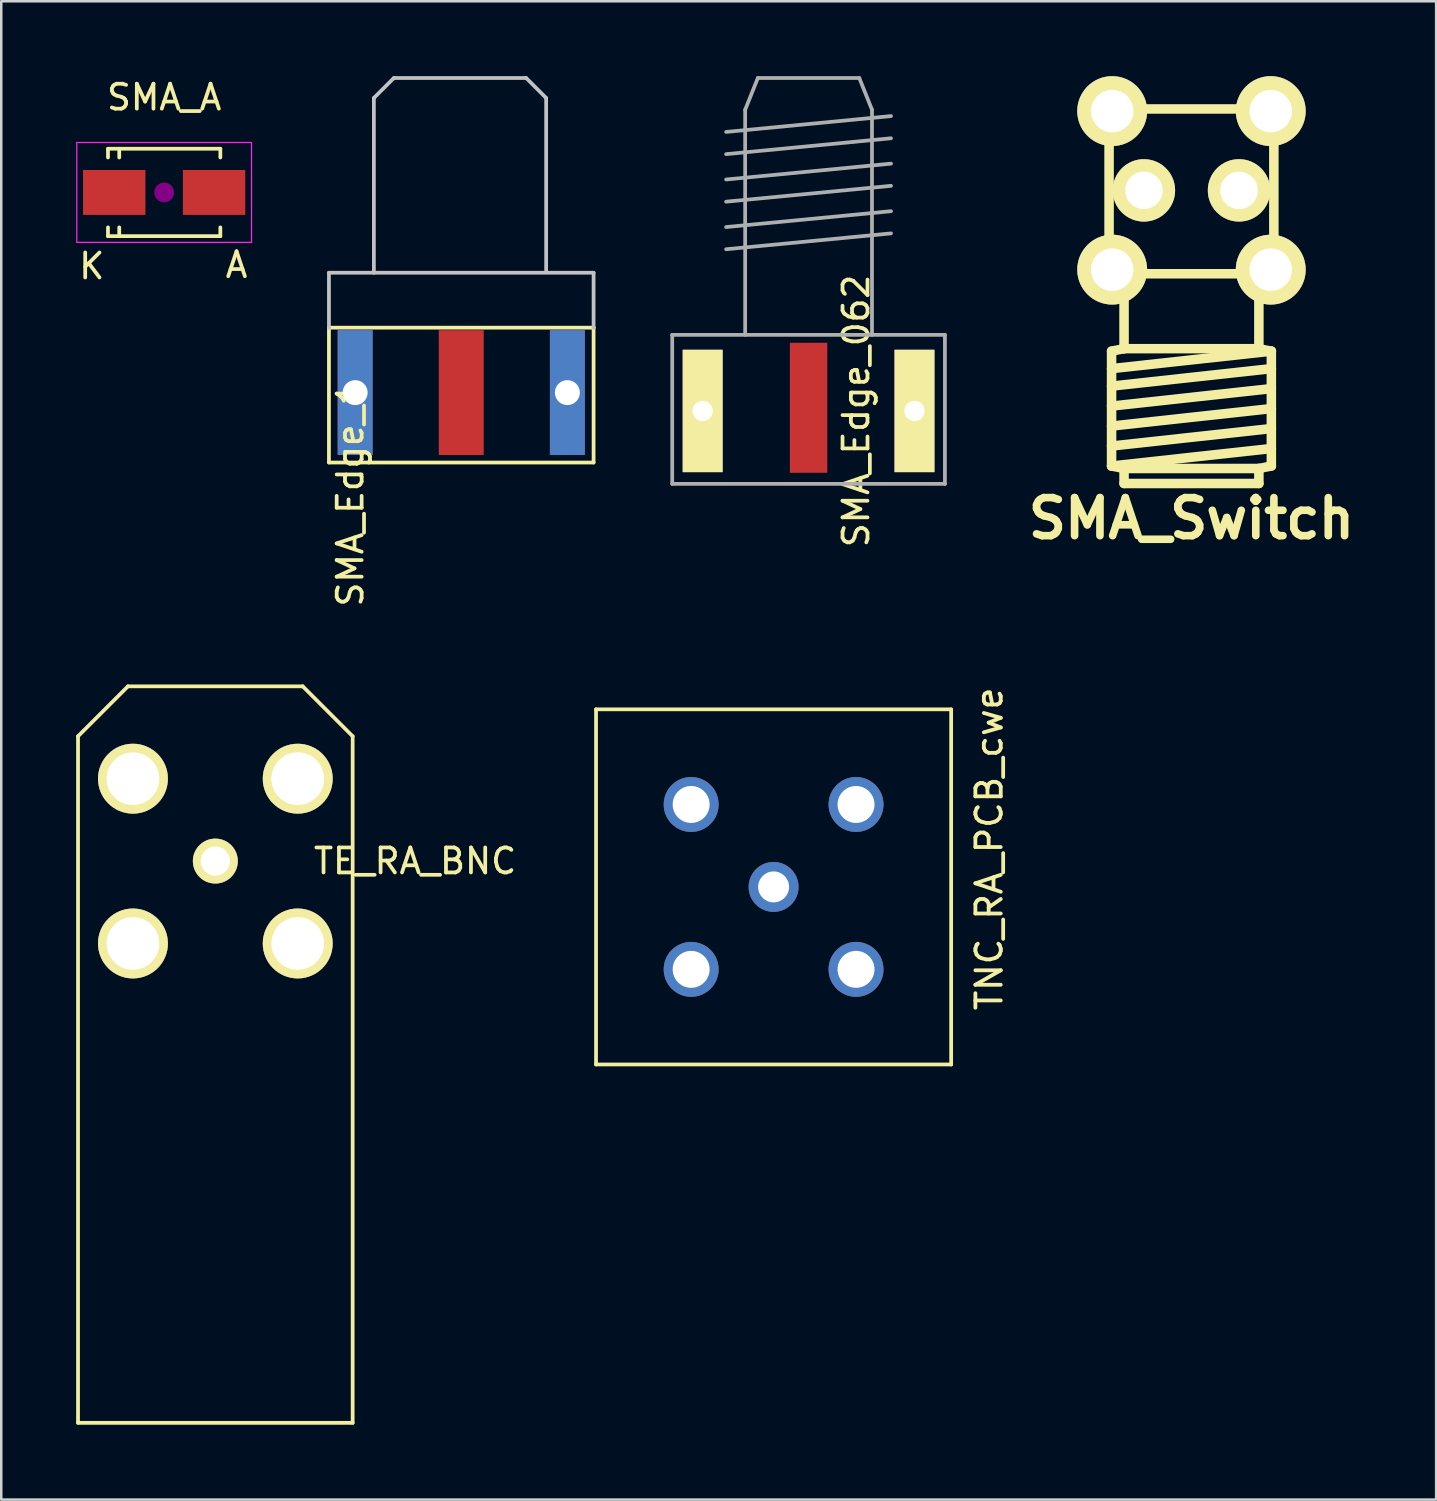
<source format=kicad_pcb>
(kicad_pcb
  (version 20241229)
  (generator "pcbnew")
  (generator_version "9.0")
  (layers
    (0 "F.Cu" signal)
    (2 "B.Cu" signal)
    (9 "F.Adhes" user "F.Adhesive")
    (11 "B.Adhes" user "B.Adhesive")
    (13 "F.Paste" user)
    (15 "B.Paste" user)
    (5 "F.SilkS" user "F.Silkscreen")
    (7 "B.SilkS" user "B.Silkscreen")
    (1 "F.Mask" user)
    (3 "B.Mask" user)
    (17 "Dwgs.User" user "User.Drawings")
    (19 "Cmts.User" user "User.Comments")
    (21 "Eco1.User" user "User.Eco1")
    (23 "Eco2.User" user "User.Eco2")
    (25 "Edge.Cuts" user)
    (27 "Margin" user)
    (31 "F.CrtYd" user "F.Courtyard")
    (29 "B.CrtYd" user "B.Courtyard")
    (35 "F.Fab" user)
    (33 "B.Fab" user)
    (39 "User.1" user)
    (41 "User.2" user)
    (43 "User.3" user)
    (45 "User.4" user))
  (footprint "SMA_A"
    (layer "F.Cu")
    (at 3.525 4.658)
    (property "Reference" "SMA_A" (at 0 -3.81 0) (layer "F.SilkS") (effects (font (size 1 1) (thickness 0.15))))
    (attr smd)
    (fp_line (start -2.25 -1.75) (end -2.25 -1.4) (stroke (width 0.15) (type solid)) (layer "F.SilkS"))
    (fp_line (start -2.25 -1.75) (end 2.25 -1.75) (stroke (width 0.15) (type solid)) (layer "F.SilkS"))
    (fp_line (start -2.25 1.75) (end -2.25 1.4) (stroke (width 0.15) (type solid)) (layer "F.SilkS"))
    (fp_line (start -2.25 1.75) (end 2.25 1.75) (stroke (width 0.15) (type solid)) (layer "F.SilkS"))
    (fp_line (start -1.799 -1.75) (end -1.799 -1.4) (stroke (width 0.15) (type solid)) (layer "F.SilkS"))
    (fp_line (start -1.799 1.75) (end -1.799 1.4) (stroke (width 0.15) (type solid)) (layer "F.SilkS"))
    (fp_line (start 2.25 -1.75) (end 2.25 -1.4) (stroke (width 0.15) (type solid)) (layer "F.SilkS"))
    (fp_line (start 2.25 1.75) (end 2.25 1.4) (stroke (width 0.15) (type solid)) (layer "F.SilkS"))
    (fp_circle (center 0 0) (end 0.201 -0.051) (stroke (width 0.381) (type solid)) (fill no) (layer "F.Adhes"))
    (fp_line (start -3.5 -2) (end 3.5 -2) (stroke (width 0.05) (type solid)) (layer "F.CrtYd"))
    (fp_line (start -3.5 2) (end -3.5 -2) (stroke (width 0.05) (type solid)) (layer "F.CrtYd"))
    (fp_line (start 3.5 -2) (end 3.5 2) (stroke (width 0.05) (type solid)) (layer "F.CrtYd"))
    (fp_line (start 3.5 2) (end -3.5 2) (stroke (width 0.05) (type solid)) (layer "F.CrtYd"))
    (fp_text user "K" (at -2.9 2.95 0) (layer "F.SilkS") (effects (font (size 1 1) (thickness 0.15))))
    (fp_text user "A" (at 2.9 2.9 0) (layer "F.SilkS") (effects (font (size 1 1) (thickness 0.15))))
    (pad "1" smd rect (at -1.999 0) (size 2.499 1.801) (layers "F.Cu" "F.Mask" "F.Paste"))
    (pad "2" smd rect (at 1.999 0) (size 2.499 1.801) (layers "F.Cu" "F.Mask" "F.Paste")))
  (footprint "SMA_Edge_062"
    (layer "F.Cu")
    (at 29.336 13.41)
    (property "Reference" "SMA_Edge_062" (at 1.905 0 90) (layer "F.SilkS") (effects (font (size 1 1) (thickness 0.15))))
    (attr through_hole)
    (fp_line (start -5.461 -3.048) (end 5.461 -3.048) (stroke (width 0.15) (type solid)) (layer "F.Fab"))
    (fp_line (start -5.461 2.921) (end -5.461 -3.048) (stroke (width 0.15) (type solid)) (layer "F.Fab"))
    (fp_line (start -2.54 -3.048) (end -2.54 -12.065) (stroke (width 0.15) (type solid)) (layer "F.Fab"))
    (fp_line (start -2.032 -13.335) (end -2.54 -12.065) (stroke (width 0.15) (type solid)) (layer "F.Fab"))
    (fp_line (start 2.032 -13.335) (end -2.032 -13.335) (stroke (width 0.15) (type solid)) (layer "F.Fab"))
    (fp_line (start 2.54 -12.065) (end 2.032 -13.335) (stroke (width 0.15) (type solid)) (layer "F.Fab"))
    (fp_line (start 2.54 -3.048) (end 2.54 -12.065) (stroke (width 0.15) (type solid)) (layer "F.Fab"))
    (fp_line (start 3.302 -11.811) (end -3.302 -11.176) (stroke (width 0.15) (type solid)) (layer "F.Fab"))
    (fp_line (start 3.302 -10.922) (end -3.302 -10.287) (stroke (width 0.15) (type solid)) (layer "F.Fab"))
    (fp_line (start 3.302 -9.906) (end -3.302 -9.271) (stroke (width 0.15) (type solid)) (layer "F.Fab"))
    (fp_line (start 3.302 -9.017) (end -3.302 -8.382) (stroke (width 0.15) (type solid)) (layer "F.Fab"))
    (fp_line (start 3.302 -8.001) (end -3.302 -7.366) (stroke (width 0.15) (type solid)) (layer "F.Fab"))
    (fp_line (start 3.302 -7.112) (end -3.302 -6.477) (stroke (width 0.15) (type solid)) (layer "F.Fab"))
    (fp_line (start 5.461 -3.048) (end 5.461 2.921) (stroke (width 0.15) (type solid)) (layer "F.Fab"))
    (fp_line (start 5.461 2.921) (end -5.461 2.921) (stroke (width 0.15) (type solid)) (layer "F.Fab"))
    (pad "1" smd rect (at 0 -0.127) (size 1.499 5.207) (layers "F.Cu" "F.Mask" "F.Paste"))
    (pad "2" thru_hole rect (at -4.242 0) (size 1.6 4.902) (drill 0.813) (layers "*.Cu" "*.Mask" "F.SilkS" "F.Paste"))
    (pad "2" thru_hole rect (at 4.242 0) (size 1.6 4.902) (drill 0.813) (layers "*.Cu" "*.Mask" "F.SilkS" "F.Paste")))
  (footprint "TE_RA_BNC"
    (layer "F.Cu")
    (at 5.575 31.439)
    (property "Reference" "TE_RA_BNC" (at 8 0 0) (layer "F.SilkS") (effects (font (size 1 1) (thickness 0.15))))
    (attr through_hole)
    (fp_line (start -5.5 -5) (end -5.5 22.5) (stroke (width 0.15) (type solid)) (layer "F.SilkS"))
    (fp_line (start -5.5 22.5) (end 5.5 22.5) (stroke (width 0.15) (type solid)) (layer "F.SilkS"))
    (fp_line (start -3.5 -7) (end -5.5 -5) (stroke (width 0.15) (type solid)) (layer "F.SilkS"))
    (fp_line (start 3.5 -7) (end -3.5 -7) (stroke (width 0.15) (type solid)) (layer "F.SilkS"))
    (fp_line (start 5.5 -5) (end 3.5 -7) (stroke (width 0.15) (type solid)) (layer "F.SilkS"))
    (fp_line (start 5.5 22.5) (end 5.5 -5) (stroke (width 0.15) (type solid)) (layer "F.SilkS"))
    (pad "1" thru_hole circle (at 0 0) (size 1.8 1.8) (drill 1.17) (layers "*.Cu" "*.Mask" "F.SilkS"))
    (pad "2" thru_hole circle (at 3.3 -3.3) (size 2.8 2.8) (drill 2.11) (layers "*.Cu" "*.Mask" "F.SilkS"))
    (pad "3" thru_hole circle (at 3.3 3.3) (size 2.8 2.8) (drill 2.11) (layers "*.Cu" "*.Mask" "F.SilkS"))
    (pad "4" thru_hole circle (at -3.3 3.3) (size 2.8 2.8) (drill 2.11) (layers "*.Cu" "*.Mask" "F.SilkS"))
    (pad "5" thru_hole circle (at -3.3 -3.3) (size 2.8 2.8) (drill 2.11) (layers "*.Cu" "*.Mask" "F.SilkS")))
  (footprint "SMA_Edge_1"
    (layer "F.Cu")
    (at 15.425 12.675)
    (property "Reference" "SMA_Edge_1" (at -4.445 4.064 90) (layer "F.SilkS") (effects (font (size 1 1) (thickness 0.15))))
    (attr through_hole)
    (fp_line (start -5.3 -2.6) (end -5.3 -2.6) (stroke (width 0.15) (type solid)) (layer "F.SilkS"))
    (fp_line (start -5.3 -2.6) (end 5.3 -2.6) (stroke (width 0.15) (type solid)) (layer "F.SilkS"))
    (fp_line (start -5.3 2.8) (end -5.3 -2.6) (stroke (width 0.15) (type solid)) (layer "F.SilkS"))
    (fp_line (start 5.3 -2.6) (end 5.3 -2.6) (stroke (width 0.15) (type solid)) (layer "F.SilkS"))
    (fp_line (start 5.3 -2.6) (end 5.3 2.8) (stroke (width 0.15) (type solid)) (layer "F.SilkS"))
    (fp_line (start 5.3 2.8) (end -5.3 2.8) (stroke (width 0.15) (type solid)) (layer "F.SilkS"))
    (fp_line (start -5.3 -4.8) (end 5.3 -4.8) (stroke (width 0.15) (type solid)) (layer "Dwgs.User"))
    (fp_line (start -5.3 -2.6) (end -5.3 -4.8) (stroke (width 0.15) (type solid)) (layer "Dwgs.User"))
    (fp_line (start -3.5 -11.8) (end -2.7 -12.6) (stroke (width 0.15) (type solid)) (layer "Dwgs.User"))
    (fp_line (start -3.5 -4.8) (end -3.5 -11.8) (stroke (width 0.15) (type solid)) (layer "Dwgs.User"))
    (fp_line (start -2.7 -12.6) (end 2.6 -12.6) (stroke (width 0.15) (type solid)) (layer "Dwgs.User"))
    (fp_line (start 2.6 -12.6) (end 3.4 -11.8) (stroke (width 0.15) (type solid)) (layer "Dwgs.User"))
    (fp_line (start 3.4 -11.8) (end 3.4 -4.9) (stroke (width 0.15) (type solid)) (layer "Dwgs.User"))
    (fp_line (start 5.3 -4.8) (end 5.3 -2.6) (stroke (width 0.15) (type solid)) (layer "Dwgs.User"))
    (pad "1" smd rect (at 0 0) (size 1.8 5) (layers "F.Cu" "F.Mask" "F.Paste"))
    (pad "2" thru_hole rect (at -4.25 0) (size 1.4 5) (drill 1) (layers "*.Cu" "*.Mask"))
    (pad "3" thru_hole rect (at 4.25 0) (size 1.4 5) (drill 1) (layers "*.Cu" "*.Mask")))
  (footprint "TNC_RA_PCB_cwe"
    (layer "F.Cu")
    (at 27.935 32.474)
    (property "Reference" "TNC_RA_PCB_cwe" (at 8.636 -1.524 270) (layer "F.SilkS") (effects (font (size 1.016 1.016) (thickness 0.152))))
    (attr through_hole)
    (fp_line (start -7.112 -7.112) (end 7.112 -7.112) (stroke (width 0.15) (type solid)) (layer "F.SilkS"))
    (fp_line (start -7.112 7.112) (end -7.112 -7.112) (stroke (width 0.15) (type solid)) (layer "F.SilkS"))
    (fp_line (start 7.112 -7.112) (end 7.112 7.112) (stroke (width 0.15) (type solid)) (layer "F.SilkS"))
    (fp_line (start 7.112 7.112) (end -7.112 7.112) (stroke (width 0.15) (type solid)) (layer "F.SilkS"))
    (pad "1" thru_hole circle (at 0 0) (size 2 2) (drill 1.24) (layers "*.Cu" "*.Mask"))
    (pad "2" thru_hole circle (at -3.302 3.302) (size 2.2 2.2) (drill 1.48) (layers "*.Cu" "*.Mask"))
    (pad "3" thru_hole circle (at 3.302 3.302) (size 2.2 2.2) (drill 1.48) (layers "*.Cu" "*.Mask"))
    (pad "4" thru_hole circle (at -3.302 -3.302) (size 2.2 2.2) (drill 1.48) (layers "*.Cu" "*.Mask"))
    (pad "5" thru_hole circle (at 3.302 -3.302) (size 2.2 2.2) (drill 1.48) (layers "*.Cu" "*.Mask")))
  (footprint "SMA_Switch"
    (layer "F.Cu")
    (at 44.672 4.575)
    (property "Reference" "SMA_Switch" (at 0 13.14 0) (layer "F.SilkS") (effects (font (size 1.524 1.524) (thickness 0.305))))
    (attr through_hole)
    (fp_line (start -3.3 -3.26) (end 3.3 -3.262) (stroke (width 0.381) (type solid)) (layer "F.SilkS"))
    (fp_line (start -3.3 3.34) (end -3.3 -3.26) (stroke (width 0.381) (type solid)) (layer "F.SilkS"))
    (fp_line (start -3.2 6.44) (end -3.2 11.04) (stroke (width 0.381) (type solid)) (layer "F.SilkS"))
    (fp_line (start -3.2 6.44) (end -2.7 6.34) (stroke (width 0.381) (type solid)) (layer "F.SilkS"))
    (fp_line (start -3.2 7.14) (end 3.2 6.44) (stroke (width 0.381) (type solid)) (layer "F.SilkS"))
    (fp_line (start -3.2 7.84) (end 3.2 7.14) (stroke (width 0.381) (type solid)) (layer "F.SilkS"))
    (fp_line (start -3.2 8.64) (end 3.2 7.94) (stroke (width 0.381) (type solid)) (layer "F.SilkS"))
    (fp_line (start -3.2 9.44) (end 3.2 8.74) (stroke (width 0.381) (type solid)) (layer "F.SilkS"))
    (fp_line (start -3.2 10.24) (end 3.2 9.54) (stroke (width 0.381) (type solid)) (layer "F.SilkS"))
    (fp_line (start -3.2 11.04) (end -2.7 11.14) (stroke (width 0.381) (type solid)) (layer "F.SilkS"))
    (fp_line (start -3.2 11.04) (end 3.2 10.34) (stroke (width 0.381) (type solid)) (layer "F.SilkS"))
    (fp_line (start -2.7 6.34) (end -2.7 3.34) (stroke (width 0.381) (type solid)) (layer "F.SilkS"))
    (fp_line (start -2.7 6.34) (end 2.7 6.34) (stroke (width 0.381) (type solid)) (layer "F.SilkS"))
    (fp_line (start -2.7 11.14) (end 2.7 11.14) (stroke (width 0.381) (type solid)) (layer "F.SilkS"))
    (fp_line (start -2.7 11.74) (end -2.7 11.14) (stroke (width 0.381) (type solid)) (layer "F.SilkS"))
    (fp_line (start -2.7 11.74) (end 2.7 11.74) (stroke (width 0.381) (type solid)) (layer "F.SilkS"))
    (fp_line (start 2.7 3.34) (end 2.7 6.34) (stroke (width 0.381) (type solid)) (layer "F.SilkS"))
    (fp_line (start 2.7 6.34) (end 3.2 6.44) (stroke (width 0.381) (type solid)) (layer "F.SilkS"))
    (fp_line (start 2.7 11.14) (end 3.2 11.04) (stroke (width 0.381) (type solid)) (layer "F.SilkS"))
    (fp_line (start 2.7 11.74) (end 2.7 11.14) (stroke (width 0.381) (type solid)) (layer "F.SilkS"))
    (fp_line (start 3.2 6.44) (end 3.2 11.04) (stroke (width 0.381) (type solid)) (layer "F.SilkS"))
    (fp_line (start 3.3 -3.26) (end 3.3 3.34) (stroke (width 0.381) (type solid)) (layer "F.SilkS"))
    (fp_line (start 3.3 3.34) (end -3.3 3.34) (stroke (width 0.381) (type solid)) (layer "F.SilkS"))
    (pad "1" thru_hole circle (at -1.905 0) (size 2.5 2.5) (drill 1.5) (layers "*.Cu" "*.Mask" "F.SilkS"))
    (pad "2" thru_hole circle (at -3.175 -3.175) (size 2.8 2.8) (drill 1.7) (layers "*.Cu" "*.Mask" "F.SilkS"))
    (pad "2" thru_hole circle (at -3.175 3.175) (size 2.8 2.8) (drill 1.7) (layers "*.Cu" "*.Mask" "F.SilkS"))
    (pad "2" thru_hole circle (at 3.175 -3.175) (size 2.8 2.8) (drill 1.7) (layers "*.Cu" "*.Mask" "F.SilkS"))
    (pad "2" thru_hole circle (at 3.175 3.175) (size 2.8 2.8) (drill 1.7) (layers "*.Cu" "*.Mask" "F.SilkS"))
    (pad "3" thru_hole circle (at 1.905 0) (size 2.5 2.5) (drill 1.5) (layers "*.Cu" "*.Mask" "F.SilkS")))
  (gr_rect
    (start -3 -3)
    (end 54.472 57.014)
    (stroke (width 0.1) (type default))
    (fill no)
    (layer "Edge.Cuts")))
</source>
